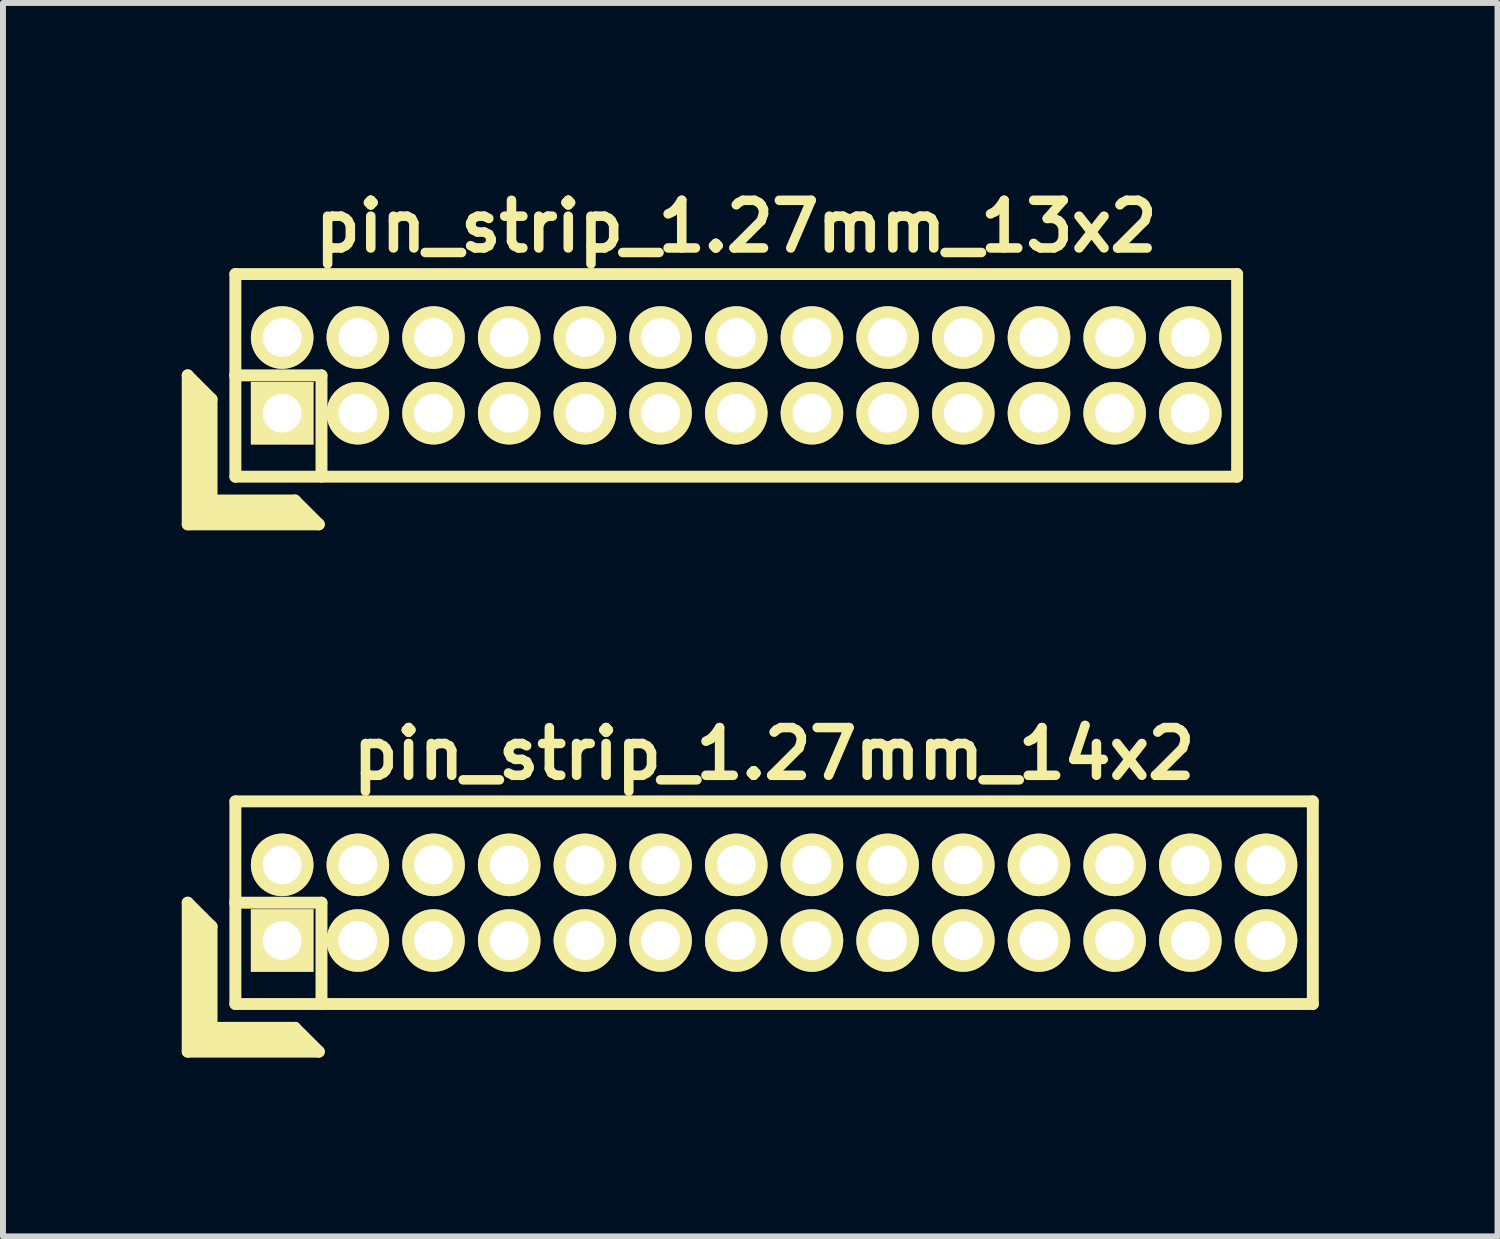
<source format=kicad_pcb>
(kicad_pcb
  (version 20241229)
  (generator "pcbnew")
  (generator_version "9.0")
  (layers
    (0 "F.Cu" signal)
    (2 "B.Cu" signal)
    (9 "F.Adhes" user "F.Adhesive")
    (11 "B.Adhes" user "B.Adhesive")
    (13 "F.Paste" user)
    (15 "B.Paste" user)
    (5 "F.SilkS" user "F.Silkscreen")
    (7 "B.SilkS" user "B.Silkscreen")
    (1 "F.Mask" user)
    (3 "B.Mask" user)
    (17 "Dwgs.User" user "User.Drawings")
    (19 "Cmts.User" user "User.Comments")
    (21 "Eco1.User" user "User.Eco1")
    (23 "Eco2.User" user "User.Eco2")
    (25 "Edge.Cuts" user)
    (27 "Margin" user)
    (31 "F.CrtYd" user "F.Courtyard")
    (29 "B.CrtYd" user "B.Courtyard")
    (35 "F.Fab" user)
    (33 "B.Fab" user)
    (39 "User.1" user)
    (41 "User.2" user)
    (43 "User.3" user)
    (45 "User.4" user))
  (footprint "pin_strip_1.27mm_13x2"
    (layer "F.Cu")
    (at 9.305 3.249)
    (property "Reference" "pin_strip_1.27mm_13x2" (at 0 -2.5 0) (layer "F.SilkS") (effects (font (size 0.8 0.8) (thickness 0.16))))
    (attr through_hole)
    (fp_line (start -9.205 0) (end -9.205 2.5) (stroke (width 0.2) (type solid)) (layer "F.SilkS"))
    (fp_line (start -9.205 0) (end -8.805 0.4) (stroke (width 0.2) (type solid)) (layer "F.SilkS"))
    (fp_line (start -9.205 2.5) (end -7.005 2.5) (stroke (width 0.2) (type solid)) (layer "F.SilkS"))
    (fp_line (start -9.105 2.4) (end -9.105 0.2) (stroke (width 0.2) (type solid)) (layer "F.SilkS"))
    (fp_line (start -9.105 2.4) (end -7.205 2.4) (stroke (width 0.2) (type solid)) (layer "F.SilkS"))
    (fp_line (start -9.005 2.3) (end -9.005 0.3) (stroke (width 0.2) (type solid)) (layer "F.SilkS"))
    (fp_line (start -9.005 2.3) (end -7.305 2.3) (stroke (width 0.2) (type solid)) (layer "F.SilkS"))
    (fp_line (start -8.905 2.2) (end -8.905 0.4) (stroke (width 0.2) (type solid)) (layer "F.SilkS"))
    (fp_line (start -8.905 2.2) (end -7.405 2.2) (stroke (width 0.2) (type solid)) (layer "F.SilkS"))
    (fp_line (start -8.805 2.1) (end -8.805 0.4) (stroke (width 0.2) (type solid)) (layer "F.SilkS"))
    (fp_line (start -8.805 2.1) (end -7.405 2.1) (stroke (width 0.2) (type solid)) (layer "F.SilkS"))
    (fp_line (start -8.41 0) (end -6.96 0) (stroke (width 0.2) (type solid)) (layer "F.SilkS"))
    (fp_line (start -8.405 -1.7) (end 8.405 -1.7) (stroke (width 0.2) (type solid)) (layer "F.SilkS"))
    (fp_line (start -8.405 1.7) (end -8.405 -1.7) (stroke (width 0.2) (type solid)) (layer "F.SilkS"))
    (fp_line (start -7.405 2.1) (end -7.005 2.5) (stroke (width 0.2) (type solid)) (layer "F.SilkS"))
    (fp_line (start -6.96 0) (end -6.96 1.7) (stroke (width 0.2) (type solid)) (layer "F.SilkS"))
    (fp_line (start 8.405 -1.7) (end 8.405 1.7) (stroke (width 0.2) (type solid)) (layer "F.SilkS"))
    (fp_line (start 8.405 1.7) (end -8.405 1.7) (stroke (width 0.2) (type solid)) (layer "F.SilkS"))
    (pad "1" thru_hole rect (at -7.62 0.635) (size 1.05 1.05) (drill 0.65) (layers "*.Cu" "*.Mask" "F.SilkS"))
    (pad "2" thru_hole oval (at -7.62 -0.635) (size 1.05 1.05) (drill 0.65) (layers "*.Cu" "*.Mask" "F.SilkS"))
    (pad "3" thru_hole oval (at -6.35 0.635) (size 1.05 1.05) (drill 0.65) (layers "*.Cu" "*.Mask" "F.SilkS"))
    (pad "4" thru_hole oval (at -6.35 -0.635) (size 1.05 1.05) (drill 0.65) (layers "*.Cu" "*.Mask" "F.SilkS"))
    (pad "5" thru_hole oval (at -5.08 0.635) (size 1.05 1.05) (drill 0.65) (layers "*.Cu" "*.Mask" "F.SilkS"))
    (pad "6" thru_hole oval (at -5.08 -0.635) (size 1.05 1.05) (drill 0.65) (layers "*.Cu" "*.Mask" "F.SilkS"))
    (pad "7" thru_hole oval (at -3.81 0.635) (size 1.05 1.05) (drill 0.65) (layers "*.Cu" "*.Mask" "F.SilkS"))
    (pad "8" thru_hole oval (at -3.81 -0.635) (size 1.05 1.05) (drill 0.65) (layers "*.Cu" "*.Mask" "F.SilkS"))
    (pad "9" thru_hole oval (at -2.54 0.635) (size 1.05 1.05) (drill 0.65) (layers "*.Cu" "*.Mask" "F.SilkS"))
    (pad "10" thru_hole oval (at -2.54 -0.635) (size 1.05 1.05) (drill 0.65) (layers "*.Cu" "*.Mask" "F.SilkS"))
    (pad "11" thru_hole oval (at -1.27 0.635) (size 1.05 1.05) (drill 0.65) (layers "*.Cu" "*.Mask" "F.SilkS"))
    (pad "12" thru_hole oval (at -1.27 -0.635) (size 1.05 1.05) (drill 0.65) (layers "*.Cu" "*.Mask" "F.SilkS"))
    (pad "13" thru_hole oval (at 0 0.635) (size 1.05 1.05) (drill 0.65) (layers "*.Cu" "*.Mask" "F.SilkS"))
    (pad "14" thru_hole oval (at 0 -0.635) (size 1.05 1.05) (drill 0.65) (layers "*.Cu" "*.Mask" "F.SilkS"))
    (pad "15" thru_hole oval (at 1.27 0.635) (size 1.05 1.05) (drill 0.65) (layers "*.Cu" "*.Mask" "F.SilkS"))
    (pad "16" thru_hole oval (at 1.27 -0.635) (size 1.05 1.05) (drill 0.65) (layers "*.Cu" "*.Mask" "F.SilkS"))
    (pad "17" thru_hole oval (at 2.54 0.635) (size 1.05 1.05) (drill 0.65) (layers "*.Cu" "*.Mask" "F.SilkS"))
    (pad "18" thru_hole oval (at 2.54 -0.635) (size 1.05 1.05) (drill 0.65) (layers "*.Cu" "*.Mask" "F.SilkS"))
    (pad "19" thru_hole oval (at 3.81 0.635) (size 1.05 1.05) (drill 0.65) (layers "*.Cu" "*.Mask" "F.SilkS"))
    (pad "20" thru_hole oval (at 3.81 -0.635) (size 1.05 1.05) (drill 0.65) (layers "*.Cu" "*.Mask" "F.SilkS"))
    (pad "21" thru_hole oval (at 5.08 0.635) (size 1.05 1.05) (drill 0.65) (layers "*.Cu" "*.Mask" "F.SilkS"))
    (pad "22" thru_hole oval (at 5.08 -0.635) (size 1.05 1.05) (drill 0.65) (layers "*.Cu" "*.Mask" "F.SilkS"))
    (pad "23" thru_hole oval (at 6.35 0.635) (size 1.05 1.05) (drill 0.65) (layers "*.Cu" "*.Mask" "F.SilkS"))
    (pad "24" thru_hole oval (at 6.35 -0.635) (size 1.05 1.05) (drill 0.65) (layers "*.Cu" "*.Mask" "F.SilkS"))
    (pad "25" thru_hole oval (at 7.62 0.635) (size 1.05 1.05) (drill 0.65) (layers "*.Cu" "*.Mask" "F.SilkS"))
    (pad "26" thru_hole oval (at 7.62 -0.635) (size 1.05 1.05) (drill 0.65) (layers "*.Cu" "*.Mask" "F.SilkS")))
  (footprint "pin_strip_1.27mm_14x2"
    (layer "F.Cu")
    (at 9.94 12.098)
    (property "Reference" "pin_strip_1.27mm_14x2" (at 0 -2.5 0) (layer "F.SilkS") (effects (font (size 0.8 0.8) (thickness 0.16))))
    (attr through_hole)
    (fp_line (start -9.84 0) (end -9.84 2.5) (stroke (width 0.2) (type solid)) (layer "F.SilkS"))
    (fp_line (start -9.84 0) (end -9.44 0.4) (stroke (width 0.2) (type solid)) (layer "F.SilkS"))
    (fp_line (start -9.84 2.5) (end -7.64 2.5) (stroke (width 0.2) (type solid)) (layer "F.SilkS"))
    (fp_line (start -9.74 2.4) (end -9.74 0.2) (stroke (width 0.2) (type solid)) (layer "F.SilkS"))
    (fp_line (start -9.74 2.4) (end -7.84 2.4) (stroke (width 0.2) (type solid)) (layer "F.SilkS"))
    (fp_line (start -9.64 2.3) (end -9.64 0.3) (stroke (width 0.2) (type solid)) (layer "F.SilkS"))
    (fp_line (start -9.64 2.3) (end -7.94 2.3) (stroke (width 0.2) (type solid)) (layer "F.SilkS"))
    (fp_line (start -9.54 2.2) (end -9.54 0.4) (stroke (width 0.2) (type solid)) (layer "F.SilkS"))
    (fp_line (start -9.54 2.2) (end -8.04 2.2) (stroke (width 0.2) (type solid)) (layer "F.SilkS"))
    (fp_line (start -9.44 2.1) (end -9.44 0.4) (stroke (width 0.2) (type solid)) (layer "F.SilkS"))
    (fp_line (start -9.44 2.1) (end -8.04 2.1) (stroke (width 0.2) (type solid)) (layer "F.SilkS"))
    (fp_line (start -9.045 0) (end -7.595 0) (stroke (width 0.2) (type solid)) (layer "F.SilkS"))
    (fp_line (start -9.04 -1.7) (end 9.04 -1.7) (stroke (width 0.2) (type solid)) (layer "F.SilkS"))
    (fp_line (start -9.04 1.7) (end -9.04 -1.7) (stroke (width 0.2) (type solid)) (layer "F.SilkS"))
    (fp_line (start -8.04 2.1) (end -7.64 2.5) (stroke (width 0.2) (type solid)) (layer "F.SilkS"))
    (fp_line (start -7.595 0) (end -7.595 1.7) (stroke (width 0.2) (type solid)) (layer "F.SilkS"))
    (fp_line (start 9.04 -1.7) (end 9.04 1.7) (stroke (width 0.2) (type solid)) (layer "F.SilkS"))
    (fp_line (start 9.04 1.7) (end -9.04 1.7) (stroke (width 0.2) (type solid)) (layer "F.SilkS"))
    (pad "1" thru_hole rect (at -8.255 0.635) (size 1.05 1.05) (drill 0.65) (layers "*.Cu" "*.Mask" "F.SilkS"))
    (pad "2" thru_hole oval (at -8.255 -0.635) (size 1.05 1.05) (drill 0.65) (layers "*.Cu" "*.Mask" "F.SilkS"))
    (pad "3" thru_hole oval (at -6.985 0.635) (size 1.05 1.05) (drill 0.65) (layers "*.Cu" "*.Mask" "F.SilkS"))
    (pad "4" thru_hole oval (at -6.985 -0.635) (size 1.05 1.05) (drill 0.65) (layers "*.Cu" "*.Mask" "F.SilkS"))
    (pad "5" thru_hole oval (at -5.715 0.635) (size 1.05 1.05) (drill 0.65) (layers "*.Cu" "*.Mask" "F.SilkS"))
    (pad "6" thru_hole oval (at -5.715 -0.635) (size 1.05 1.05) (drill 0.65) (layers "*.Cu" "*.Mask" "F.SilkS"))
    (pad "7" thru_hole oval (at -4.445 0.635) (size 1.05 1.05) (drill 0.65) (layers "*.Cu" "*.Mask" "F.SilkS"))
    (pad "8" thru_hole oval (at -4.445 -0.635) (size 1.05 1.05) (drill 0.65) (layers "*.Cu" "*.Mask" "F.SilkS"))
    (pad "9" thru_hole oval (at -3.175 0.635) (size 1.05 1.05) (drill 0.65) (layers "*.Cu" "*.Mask" "F.SilkS"))
    (pad "10" thru_hole oval (at -3.175 -0.635) (size 1.05 1.05) (drill 0.65) (layers "*.Cu" "*.Mask" "F.SilkS"))
    (pad "11" thru_hole oval (at -1.905 0.635) (size 1.05 1.05) (drill 0.65) (layers "*.Cu" "*.Mask" "F.SilkS"))
    (pad "12" thru_hole oval (at -1.905 -0.635) (size 1.05 1.05) (drill 0.65) (layers "*.Cu" "*.Mask" "F.SilkS"))
    (pad "13" thru_hole oval (at -0.635 0.635) (size 1.05 1.05) (drill 0.65) (layers "*.Cu" "*.Mask" "F.SilkS"))
    (pad "14" thru_hole oval (at -0.635 -0.635) (size 1.05 1.05) (drill 0.65) (layers "*.Cu" "*.Mask" "F.SilkS"))
    (pad "15" thru_hole oval (at 0.635 0.635) (size 1.05 1.05) (drill 0.65) (layers "*.Cu" "*.Mask" "F.SilkS"))
    (pad "16" thru_hole oval (at 0.635 -0.635) (size 1.05 1.05) (drill 0.65) (layers "*.Cu" "*.Mask" "F.SilkS"))
    (pad "17" thru_hole oval (at 1.905 0.635) (size 1.05 1.05) (drill 0.65) (layers "*.Cu" "*.Mask" "F.SilkS"))
    (pad "18" thru_hole oval (at 1.905 -0.635) (size 1.05 1.05) (drill 0.65) (layers "*.Cu" "*.Mask" "F.SilkS"))
    (pad "19" thru_hole oval (at 3.175 0.635) (size 1.05 1.05) (drill 0.65) (layers "*.Cu" "*.Mask" "F.SilkS"))
    (pad "20" thru_hole oval (at 3.175 -0.635) (size 1.05 1.05) (drill 0.65) (layers "*.Cu" "*.Mask" "F.SilkS"))
    (pad "21" thru_hole oval (at 4.445 0.635) (size 1.05 1.05) (drill 0.65) (layers "*.Cu" "*.Mask" "F.SilkS"))
    (pad "22" thru_hole oval (at 4.445 -0.635) (size 1.05 1.05) (drill 0.65) (layers "*.Cu" "*.Mask" "F.SilkS"))
    (pad "23" thru_hole oval (at 5.715 0.635) (size 1.05 1.05) (drill 0.65) (layers "*.Cu" "*.Mask" "F.SilkS"))
    (pad "24" thru_hole oval (at 5.715 -0.635) (size 1.05 1.05) (drill 0.65) (layers "*.Cu" "*.Mask" "F.SilkS"))
    (pad "25" thru_hole oval (at 6.985 0.635) (size 1.05 1.05) (drill 0.65) (layers "*.Cu" "*.Mask" "F.SilkS"))
    (pad "26" thru_hole oval (at 6.985 -0.635) (size 1.05 1.05) (drill 0.65) (layers "*.Cu" "*.Mask" "F.SilkS"))
    (pad "27" thru_hole oval (at 8.255 0.635) (size 1.05 1.05) (drill 0.65) (layers "*.Cu" "*.Mask" "F.SilkS"))
    (pad "28" thru_hole oval (at 8.255 -0.635) (size 1.05 1.05) (drill 0.65) (layers "*.Cu" "*.Mask" "F.SilkS")))
  (gr_rect
    (start -3 -3)
    (end 22.08 17.698)
    (stroke (width 0.1) (type default))
    (fill no)
    (layer "Edge.Cuts")))
</source>
